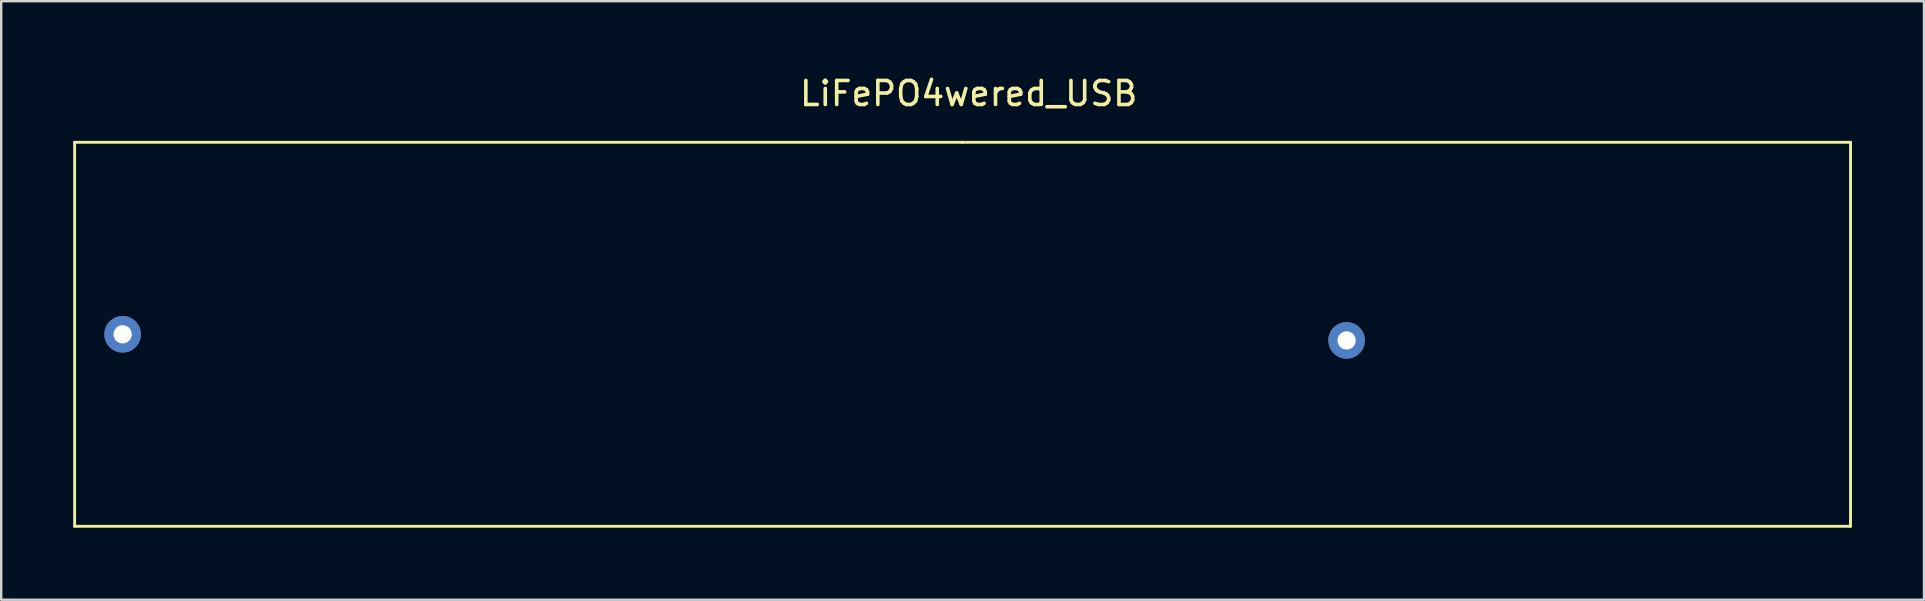
<source format=kicad_pcb>
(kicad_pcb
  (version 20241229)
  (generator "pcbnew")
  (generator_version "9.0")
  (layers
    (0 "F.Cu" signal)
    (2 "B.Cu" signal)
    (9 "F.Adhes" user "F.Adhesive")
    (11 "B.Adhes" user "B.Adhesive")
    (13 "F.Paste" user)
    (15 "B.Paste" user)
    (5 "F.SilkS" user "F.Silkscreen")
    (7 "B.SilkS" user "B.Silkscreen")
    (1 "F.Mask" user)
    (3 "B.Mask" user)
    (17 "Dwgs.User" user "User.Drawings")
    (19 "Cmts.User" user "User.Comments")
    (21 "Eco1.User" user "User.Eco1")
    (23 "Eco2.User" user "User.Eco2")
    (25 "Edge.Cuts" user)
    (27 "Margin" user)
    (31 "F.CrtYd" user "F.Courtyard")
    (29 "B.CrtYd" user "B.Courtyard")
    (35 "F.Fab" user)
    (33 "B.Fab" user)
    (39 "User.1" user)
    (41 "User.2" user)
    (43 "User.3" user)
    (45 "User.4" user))
  (footprint "LiFePO4wered_USB"
    (layer "F.Cu")
    (at 37.314 10.881)
    (property "Reference" "LiFePO4wered_USB" (at 0 -10.033 0) (layer "F.SilkS") (effects (font (size 1 1) (thickness 0.15))))
    (attr through_hole)
    (fp_line (start -37.254 -8.001) (end -37.254 7.999) (stroke (width 0.12) (type solid)) (layer "F.SilkS"))
    (fp_line (start -37.254 7.999) (end 36.746 7.999) (stroke (width 0.12) (type solid)) (layer "F.SilkS"))
    (fp_line (start -0.254 -8.001) (end -37.254 -8.001) (stroke (width 0.12) (type solid)) (layer "F.SilkS"))
    (fp_line (start -0.254 -8.001) (end 36.746 -8.001) (stroke (width 0.12) (type solid)) (layer "F.SilkS"))
    (fp_line (start 36.746 7.999) (end 36.746 -8.001) (stroke (width 0.12) (type solid)) (layer "F.SilkS"))
    (pad "1" thru_hole circle (at 15.748 0.254) (size 1.524 1.524) (drill 0.762) (layers "*.Cu" "*.Mask"))
    (pad "2" thru_hole circle (at -35.254 -0.001) (size 1.524 1.524) (drill 0.762) (layers "*.Cu" "*.Mask")))
  (gr_rect
    (start -3 -3)
    (end 77.12 21.94)
    (stroke (width 0.1) (type default))
    (fill no)
    (layer "Edge.Cuts")))
</source>
